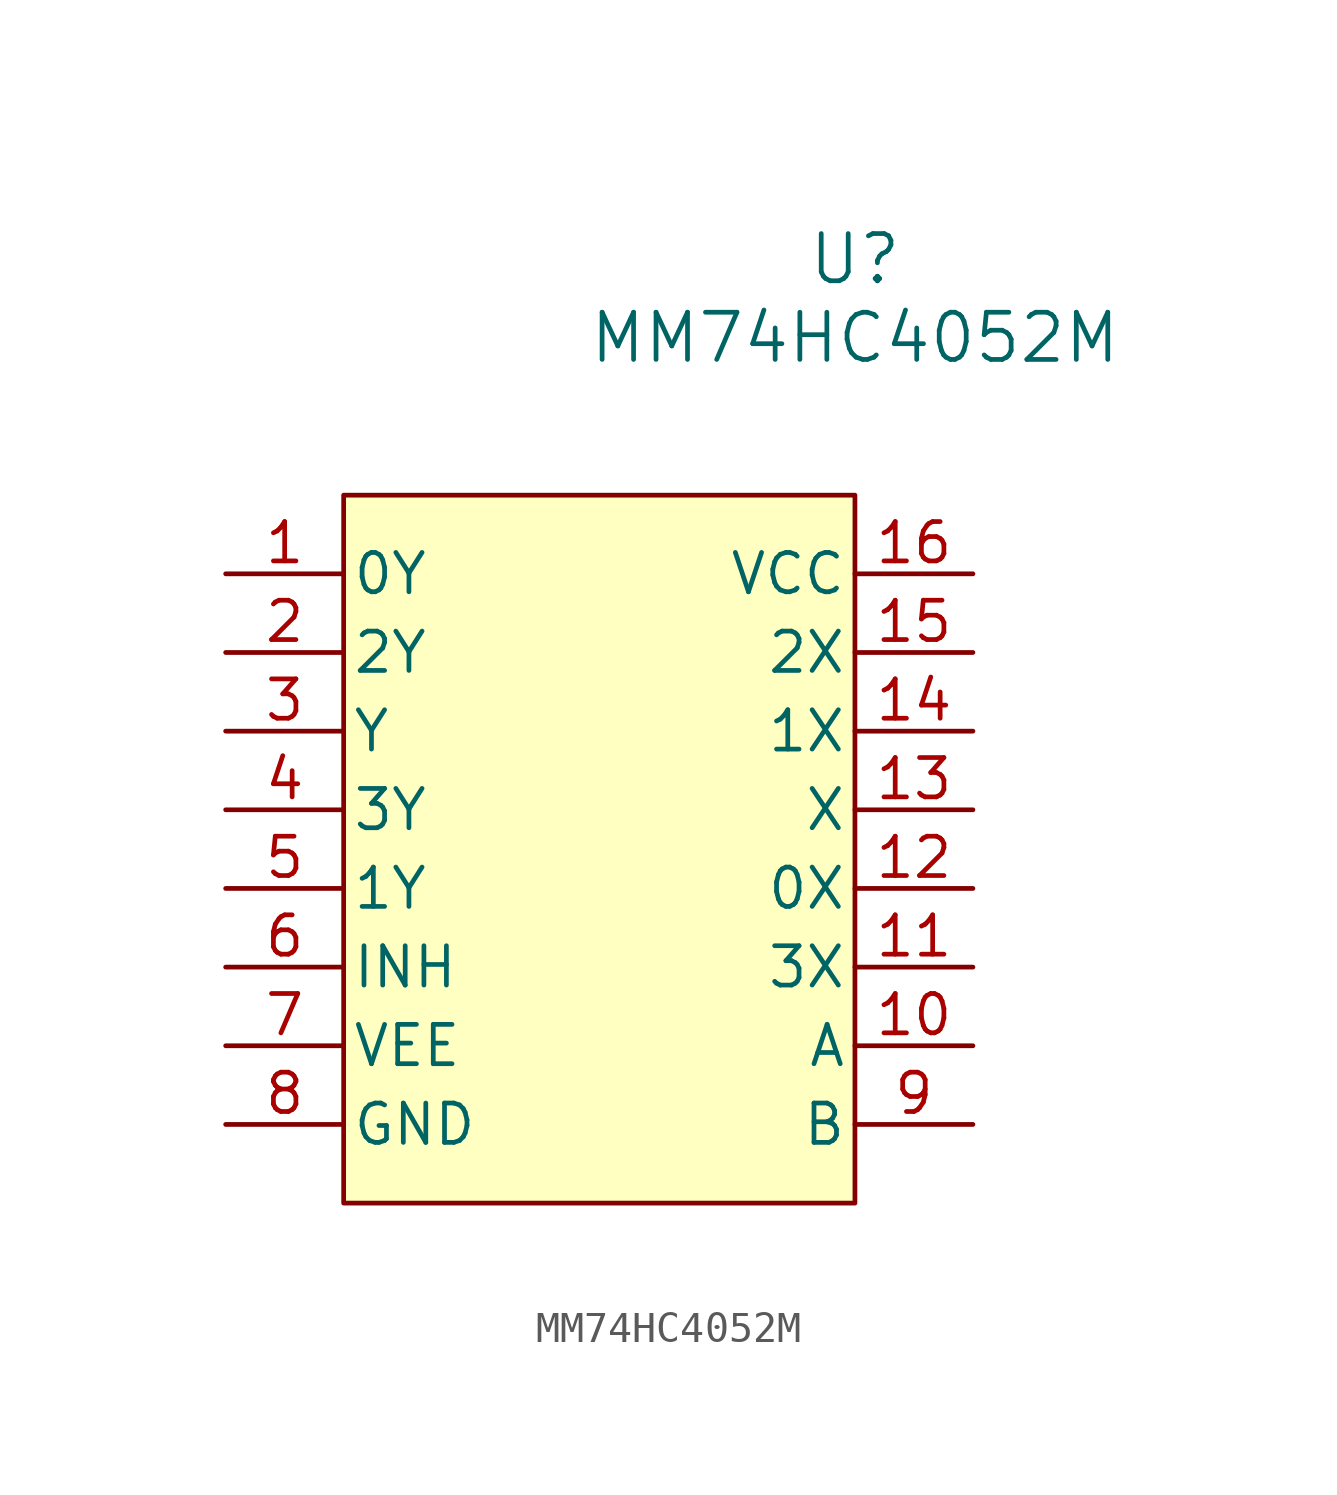
<source format=kicad_sym>
(kicad_symbol_lib
  (version 20241209)
  (generator "kicad_symbol_editor")
  (generator_version "9.0")
  (symbol "MM74HC4052M"
    (pin_names
      (offset 0.254))
    (property "Reference" "U"
      (at 20.32 10.16 0)
      (effects (font (size 1.524 1.524))))
    (property "Value" "MM74HC4052M"
      (at 20.32 7.62 0)
      (effects (font (size 1.524 1.524))))
    (property "ki_locked" ""
      (at 0 0 0)
      (effects (font (size 1.27 1.27))))
    (symbol "MM74HC4052M_0_1"
      (pin bidirectional line (at 0 -5.08 0) (length 3.81) (name "Y" (effects (font (size 1.27 1.27)))) (number "3" (effects (font (size 1.27 1.27)))))
      (pin input line (at 0 -12.7 0) (length 3.81) (name "INH" (effects (font (size 1.27 1.27)))) (number "6" (effects (font (size 1.27 1.27)))))
      (pin unspecified line (at 0 -15.24 0) (length 3.81) (name "VEE" (effects (font (size 1.27 1.27)))) (number "7" (effects (font (size 1.27 1.27)))))
      (pin power_out line (at 0 -17.78 0) (length 3.81) (name "GND" (effects (font (size 1.27 1.27)))) (number "8" (effects (font (size 1.27 1.27)))))
      (pin power_in line (at 24.13 0 180) (length 3.81) (name "VCC" (effects (font (size 1.27 1.27)))) (number "16" (effects (font (size 1.27 1.27)))))
      (pin bidirectional line (at 24.13 -7.62 180) (length 3.81) (name "X" (effects (font (size 1.27 1.27)))) (number "13" (effects (font (size 1.27 1.27)))))
      (pin input line (at 24.13 -15.24 180) (length 3.81) (name "A" (effects (font (size 1.27 1.27)))) (number "10" (effects (font (size 1.27 1.27)))))
      (pin input line (at 24.13 -17.78 180) (length 3.81) (name "B" (effects (font (size 1.27 1.27)))) (number "9" (effects (font (size 1.27 1.27))))))
    (symbol "MM74HC4052M_1_1"
      (rectangle (start 3.81 2.54) (end 20.32 -20.32) (stroke (width 0) (type default)) (fill (type background)))
      (pin bidirectional line (at 0 0 0) (length 3.81) (name "0Y" (effects (font (size 1.27 1.27)))) (number "1" (effects (font (size 1.27 1.27)))))
      (pin bidirectional line (at 0 -2.54 0) (length 3.81) (name "2Y" (effects (font (size 1.27 1.27)))) (number "2" (effects (font (size 1.27 1.27)))))
      (pin bidirectional line (at 0 -7.62 0) (length 3.81) (name "3Y" (effects (font (size 1.27 1.27)))) (number "4" (effects (font (size 1.27 1.27)))))
      (pin bidirectional line (at 0 -10.16 0) (length 3.81) (name "1Y" (effects (font (size 1.27 1.27)))) (number "5" (effects (font (size 1.27 1.27)))))
      (pin bidirectional line (at 24.13 -2.54 180) (length 3.81) (name "2X" (effects (font (size 1.27 1.27)))) (number "15" (effects (font (size 1.27 1.27)))))
      (pin bidirectional line (at 24.13 -5.08 180) (length 3.81) (name "1X" (effects (font (size 1.27 1.27)))) (number "14" (effects (font (size 1.27 1.27)))))
      (pin bidirectional line (at 24.13 -10.16 180) (length 3.81) (name "0X" (effects (font (size 1.27 1.27)))) (number "12" (effects (font (size 1.27 1.27)))))
      (pin bidirectional line (at 24.13 -12.7 180) (length 3.81) (name "3X" (effects (font (size 1.27 1.27)))) (number "11" (effects (font (size 1.27 1.27))))))))
</source>
